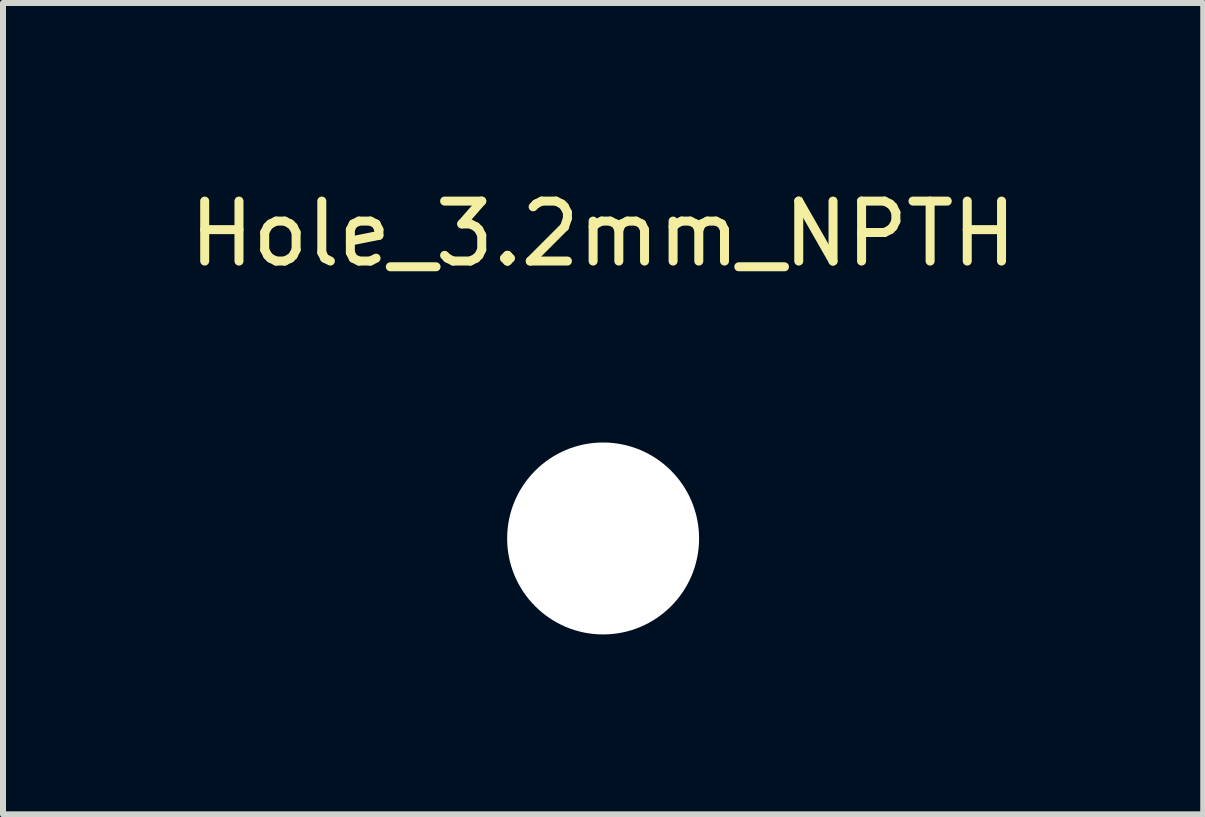
<source format=kicad_pcb>
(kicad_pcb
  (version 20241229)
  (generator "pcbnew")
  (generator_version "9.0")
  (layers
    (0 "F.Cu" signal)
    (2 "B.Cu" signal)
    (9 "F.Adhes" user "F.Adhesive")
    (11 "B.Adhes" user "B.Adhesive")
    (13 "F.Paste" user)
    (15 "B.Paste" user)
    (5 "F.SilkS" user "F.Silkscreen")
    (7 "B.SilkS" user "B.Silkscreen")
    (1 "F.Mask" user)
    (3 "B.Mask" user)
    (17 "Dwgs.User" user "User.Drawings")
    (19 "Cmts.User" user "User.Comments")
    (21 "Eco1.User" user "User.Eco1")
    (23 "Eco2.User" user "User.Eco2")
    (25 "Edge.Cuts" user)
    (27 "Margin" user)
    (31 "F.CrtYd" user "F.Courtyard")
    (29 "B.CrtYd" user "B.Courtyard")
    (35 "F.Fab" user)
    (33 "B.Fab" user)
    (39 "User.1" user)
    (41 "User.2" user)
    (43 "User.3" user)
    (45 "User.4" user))
  (footprint "Hole_3.2mm_NPTH"
    (layer "F.Cu")
    (at 7.006 5.928)
    (property "Reference" "Hole_3.2mm_NPTH" (at 0 -5.08 0) (layer "F.SilkS") (effects (font (size 1 1) (thickness 0.15))))
    (attr through_hole)
    (pad "" np_thru_hole circle (at 0 0) (size 3.2 3.2) (drill 3.2) (layers "*.Cu" "*.Mask")))
  (gr_rect
    (start -3 -3)
    (end 17.012 10.528)
    (stroke (width 0.1) (type default))
    (fill no)
    (layer "Edge.Cuts")))
</source>
